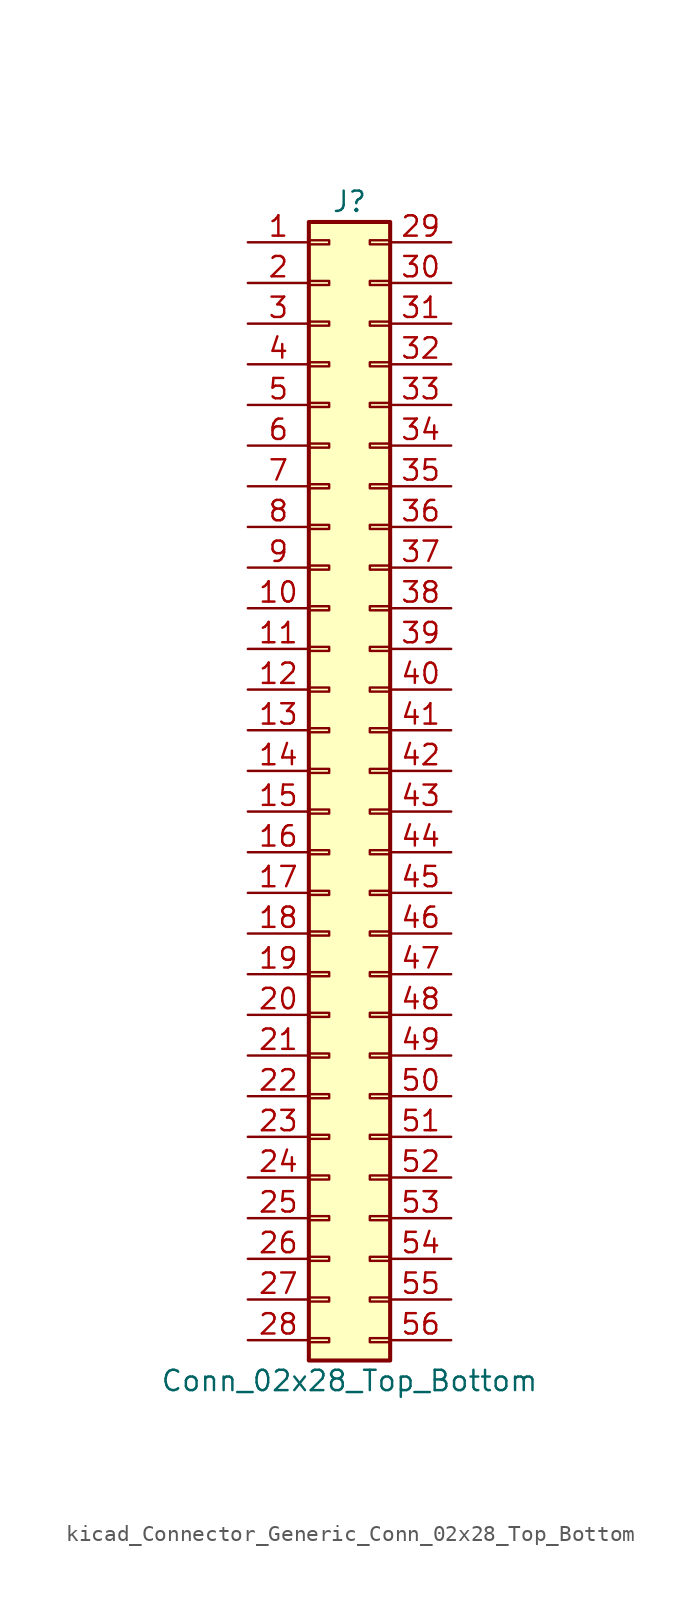
<source format=kicad_sym>
(kicad_symbol_lib
  (version 20220914)
  (generator kicad_symbol_editor)
  (symbol "kicad_Connector_Generic_Conn_02x28_Top_Bottom"
    (pin_names
      (offset 1.016) hide)
    (property "Reference" "J"
      (at 1.27 35.56 0)
      (effects (font (size 1.27 1.27))))
    (property "Value" "Conn_02x28_Top_Bottom"
      (at 1.27 -38.1 0)
      (effects (font (size 1.27 1.27))))
    (symbol "kicad_Connector_Generic_Conn_02x28_Top_Bottom_1_1"
      (rectangle (start -1.27 -35.433) (end 0 -35.687) (stroke (width 0.152) (type default)) (fill (type none)))
      (rectangle (start -1.27 -32.893) (end 0 -33.147) (stroke (width 0.152) (type default)) (fill (type none)))
      (rectangle (start -1.27 -30.353) (end 0 -30.607) (stroke (width 0.152) (type default)) (fill (type none)))
      (rectangle (start -1.27 -27.813) (end 0 -28.067) (stroke (width 0.152) (type default)) (fill (type none)))
      (rectangle (start -1.27 -25.273) (end 0 -25.527) (stroke (width 0.152) (type default)) (fill (type none)))
      (rectangle (start -1.27 -22.733) (end 0 -22.987) (stroke (width 0.152) (type default)) (fill (type none)))
      (rectangle (start -1.27 -20.193) (end 0 -20.447) (stroke (width 0.152) (type default)) (fill (type none)))
      (rectangle (start -1.27 -17.653) (end 0 -17.907) (stroke (width 0.152) (type default)) (fill (type none)))
      (rectangle (start -1.27 -15.113) (end 0 -15.367) (stroke (width 0.152) (type default)) (fill (type none)))
      (rectangle (start -1.27 -12.573) (end 0 -12.827) (stroke (width 0.152) (type default)) (fill (type none)))
      (rectangle (start -1.27 -10.033) (end 0 -10.287) (stroke (width 0.152) (type default)) (fill (type none)))
      (rectangle (start -1.27 -7.493) (end 0 -7.747) (stroke (width 0.152) (type default)) (fill (type none)))
      (rectangle (start -1.27 -4.953) (end 0 -5.207) (stroke (width 0.152) (type default)) (fill (type none)))
      (rectangle (start -1.27 -2.413) (end 0 -2.667) (stroke (width 0.152) (type default)) (fill (type none)))
      (rectangle (start -1.27 0.127) (end 0 -0.127) (stroke (width 0.152) (type default)) (fill (type none)))
      (rectangle (start -1.27 2.667) (end 0 2.413) (stroke (width 0.152) (type default)) (fill (type none)))
      (rectangle (start -1.27 5.207) (end 0 4.953) (stroke (width 0.152) (type default)) (fill (type none)))
      (rectangle (start -1.27 7.747) (end 0 7.493) (stroke (width 0.152) (type default)) (fill (type none)))
      (rectangle (start -1.27 10.287) (end 0 10.033) (stroke (width 0.152) (type default)) (fill (type none)))
      (rectangle (start -1.27 12.827) (end 0 12.573) (stroke (width 0.152) (type default)) (fill (type none)))
      (rectangle (start -1.27 15.367) (end 0 15.113) (stroke (width 0.152) (type default)) (fill (type none)))
      (rectangle (start -1.27 17.907) (end 0 17.653) (stroke (width 0.152) (type default)) (fill (type none)))
      (rectangle (start -1.27 20.447) (end 0 20.193) (stroke (width 0.152) (type default)) (fill (type none)))
      (rectangle (start -1.27 22.987) (end 0 22.733) (stroke (width 0.152) (type default)) (fill (type none)))
      (rectangle (start -1.27 25.527) (end 0 25.273) (stroke (width 0.152) (type default)) (fill (type none)))
      (rectangle (start -1.27 28.067) (end 0 27.813) (stroke (width 0.152) (type default)) (fill (type none)))
      (rectangle (start -1.27 30.607) (end 0 30.353) (stroke (width 0.152) (type default)) (fill (type none)))
      (rectangle (start -1.27 33.147) (end 0 32.893) (stroke (width 0.152) (type default)) (fill (type none)))
      (rectangle (start -1.27 34.29) (end 3.81 -36.83) (stroke (width 0.254) (type default)) (fill (type background)))
      (rectangle (start 3.81 -35.433) (end 2.54 -35.687) (stroke (width 0.152) (type default)) (fill (type none)))
      (rectangle (start 3.81 -32.893) (end 2.54 -33.147) (stroke (width 0.152) (type default)) (fill (type none)))
      (rectangle (start 3.81 -30.353) (end 2.54 -30.607) (stroke (width 0.152) (type default)) (fill (type none)))
      (rectangle (start 3.81 -27.813) (end 2.54 -28.067) (stroke (width 0.152) (type default)) (fill (type none)))
      (rectangle (start 3.81 -25.273) (end 2.54 -25.527) (stroke (width 0.152) (type default)) (fill (type none)))
      (rectangle (start 3.81 -22.733) (end 2.54 -22.987) (stroke (width 0.152) (type default)) (fill (type none)))
      (rectangle (start 3.81 -20.193) (end 2.54 -20.447) (stroke (width 0.152) (type default)) (fill (type none)))
      (rectangle (start 3.81 -17.653) (end 2.54 -17.907) (stroke (width 0.152) (type default)) (fill (type none)))
      (rectangle (start 3.81 -15.113) (end 2.54 -15.367) (stroke (width 0.152) (type default)) (fill (type none)))
      (rectangle (start 3.81 -12.573) (end 2.54 -12.827) (stroke (width 0.152) (type default)) (fill (type none)))
      (rectangle (start 3.81 -10.033) (end 2.54 -10.287) (stroke (width 0.152) (type default)) (fill (type none)))
      (rectangle (start 3.81 -7.493) (end 2.54 -7.747) (stroke (width 0.152) (type default)) (fill (type none)))
      (rectangle (start 3.81 -4.953) (end 2.54 -5.207) (stroke (width 0.152) (type default)) (fill (type none)))
      (rectangle (start 3.81 -2.413) (end 2.54 -2.667) (stroke (width 0.152) (type default)) (fill (type none)))
      (rectangle (start 3.81 0.127) (end 2.54 -0.127) (stroke (width 0.152) (type default)) (fill (type none)))
      (rectangle (start 3.81 2.667) (end 2.54 2.413) (stroke (width 0.152) (type default)) (fill (type none)))
      (rectangle (start 3.81 5.207) (end 2.54 4.953) (stroke (width 0.152) (type default)) (fill (type none)))
      (rectangle (start 3.81 7.747) (end 2.54 7.493) (stroke (width 0.152) (type default)) (fill (type none)))
      (rectangle (start 3.81 10.287) (end 2.54 10.033) (stroke (width 0.152) (type default)) (fill (type none)))
      (rectangle (start 3.81 12.827) (end 2.54 12.573) (stroke (width 0.152) (type default)) (fill (type none)))
      (rectangle (start 3.81 15.367) (end 2.54 15.113) (stroke (width 0.152) (type default)) (fill (type none)))
      (rectangle (start 3.81 17.907) (end 2.54 17.653) (stroke (width 0.152) (type default)) (fill (type none)))
      (rectangle (start 3.81 20.447) (end 2.54 20.193) (stroke (width 0.152) (type default)) (fill (type none)))
      (rectangle (start 3.81 22.987) (end 2.54 22.733) (stroke (width 0.152) (type default)) (fill (type none)))
      (rectangle (start 3.81 25.527) (end 2.54 25.273) (stroke (width 0.152) (type default)) (fill (type none)))
      (rectangle (start 3.81 28.067) (end 2.54 27.813) (stroke (width 0.152) (type default)) (fill (type none)))
      (rectangle (start 3.81 30.607) (end 2.54 30.353) (stroke (width 0.152) (type default)) (fill (type none)))
      (rectangle (start 3.81 33.147) (end 2.54 32.893) (stroke (width 0.152) (type default)) (fill (type none)))
      (pin passive line (at -5.08 33.02 0) (length 3.81) (name "Pin_1" (effects (font (size 1.27 1.27)))) (number "1" (effects (font (size 1.27 1.27)))))
      (pin passive line (at -5.08 10.16 0) (length 3.81) (name "Pin_10" (effects (font (size 1.27 1.27)))) (number "10" (effects (font (size 1.27 1.27)))))
      (pin passive line (at -5.08 7.62 0) (length 3.81) (name "Pin_11" (effects (font (size 1.27 1.27)))) (number "11" (effects (font (size 1.27 1.27)))))
      (pin passive line (at -5.08 5.08 0) (length 3.81) (name "Pin_12" (effects (font (size 1.27 1.27)))) (number "12" (effects (font (size 1.27 1.27)))))
      (pin passive line (at -5.08 2.54 0) (length 3.81) (name "Pin_13" (effects (font (size 1.27 1.27)))) (number "13" (effects (font (size 1.27 1.27)))))
      (pin passive line (at -5.08 0 0) (length 3.81) (name "Pin_14" (effects (font (size 1.27 1.27)))) (number "14" (effects (font (size 1.27 1.27)))))
      (pin passive line (at -5.08 -2.54 0) (length 3.81) (name "Pin_15" (effects (font (size 1.27 1.27)))) (number "15" (effects (font (size 1.27 1.27)))))
      (pin passive line (at -5.08 -5.08 0) (length 3.81) (name "Pin_16" (effects (font (size 1.27 1.27)))) (number "16" (effects (font (size 1.27 1.27)))))
      (pin passive line (at -5.08 -7.62 0) (length 3.81) (name "Pin_17" (effects (font (size 1.27 1.27)))) (number "17" (effects (font (size 1.27 1.27)))))
      (pin passive line (at -5.08 -10.16 0) (length 3.81) (name "Pin_18" (effects (font (size 1.27 1.27)))) (number "18" (effects (font (size 1.27 1.27)))))
      (pin passive line (at -5.08 -12.7 0) (length 3.81) (name "Pin_19" (effects (font (size 1.27 1.27)))) (number "19" (effects (font (size 1.27 1.27)))))
      (pin passive line (at -5.08 30.48 0) (length 3.81) (name "Pin_2" (effects (font (size 1.27 1.27)))) (number "2" (effects (font (size 1.27 1.27)))))
      (pin passive line (at -5.08 -15.24 0) (length 3.81) (name "Pin_20" (effects (font (size 1.27 1.27)))) (number "20" (effects (font (size 1.27 1.27)))))
      (pin passive line (at -5.08 -17.78 0) (length 3.81) (name "Pin_21" (effects (font (size 1.27 1.27)))) (number "21" (effects (font (size 1.27 1.27)))))
      (pin passive line (at -5.08 -20.32 0) (length 3.81) (name "Pin_22" (effects (font (size 1.27 1.27)))) (number "22" (effects (font (size 1.27 1.27)))))
      (pin passive line (at -5.08 -22.86 0) (length 3.81) (name "Pin_23" (effects (font (size 1.27 1.27)))) (number "23" (effects (font (size 1.27 1.27)))))
      (pin passive line (at -5.08 -25.4 0) (length 3.81) (name "Pin_24" (effects (font (size 1.27 1.27)))) (number "24" (effects (font (size 1.27 1.27)))))
      (pin passive line (at -5.08 -27.94 0) (length 3.81) (name "Pin_25" (effects (font (size 1.27 1.27)))) (number "25" (effects (font (size 1.27 1.27)))))
      (pin passive line (at -5.08 -30.48 0) (length 3.81) (name "Pin_26" (effects (font (size 1.27 1.27)))) (number "26" (effects (font (size 1.27 1.27)))))
      (pin passive line (at -5.08 -33.02 0) (length 3.81) (name "Pin_27" (effects (font (size 1.27 1.27)))) (number "27" (effects (font (size 1.27 1.27)))))
      (pin passive line (at -5.08 -35.56 0) (length 3.81) (name "Pin_28" (effects (font (size 1.27 1.27)))) (number "28" (effects (font (size 1.27 1.27)))))
      (pin passive line (at 7.62 33.02 180) (length 3.81) (name "Pin_29" (effects (font (size 1.27 1.27)))) (number "29" (effects (font (size 1.27 1.27)))))
      (pin passive line (at -5.08 27.94 0) (length 3.81) (name "Pin_3" (effects (font (size 1.27 1.27)))) (number "3" (effects (font (size 1.27 1.27)))))
      (pin passive line (at 7.62 30.48 180) (length 3.81) (name "Pin_30" (effects (font (size 1.27 1.27)))) (number "30" (effects (font (size 1.27 1.27)))))
      (pin passive line (at 7.62 27.94 180) (length 3.81) (name "Pin_31" (effects (font (size 1.27 1.27)))) (number "31" (effects (font (size 1.27 1.27)))))
      (pin passive line (at 7.62 25.4 180) (length 3.81) (name "Pin_32" (effects (font (size 1.27 1.27)))) (number "32" (effects (font (size 1.27 1.27)))))
      (pin passive line (at 7.62 22.86 180) (length 3.81) (name "Pin_33" (effects (font (size 1.27 1.27)))) (number "33" (effects (font (size 1.27 1.27)))))
      (pin passive line (at 7.62 20.32 180) (length 3.81) (name "Pin_34" (effects (font (size 1.27 1.27)))) (number "34" (effects (font (size 1.27 1.27)))))
      (pin passive line (at 7.62 17.78 180) (length 3.81) (name "Pin_35" (effects (font (size 1.27 1.27)))) (number "35" (effects (font (size 1.27 1.27)))))
      (pin passive line (at 7.62 15.24 180) (length 3.81) (name "Pin_36" (effects (font (size 1.27 1.27)))) (number "36" (effects (font (size 1.27 1.27)))))
      (pin passive line (at 7.62 12.7 180) (length 3.81) (name "Pin_37" (effects (font (size 1.27 1.27)))) (number "37" (effects (font (size 1.27 1.27)))))
      (pin passive line (at 7.62 10.16 180) (length 3.81) (name "Pin_38" (effects (font (size 1.27 1.27)))) (number "38" (effects (font (size 1.27 1.27)))))
      (pin passive line (at 7.62 7.62 180) (length 3.81) (name "Pin_39" (effects (font (size 1.27 1.27)))) (number "39" (effects (font (size 1.27 1.27)))))
      (pin passive line (at -5.08 25.4 0) (length 3.81) (name "Pin_4" (effects (font (size 1.27 1.27)))) (number "4" (effects (font (size 1.27 1.27)))))
      (pin passive line (at 7.62 5.08 180) (length 3.81) (name "Pin_40" (effects (font (size 1.27 1.27)))) (number "40" (effects (font (size 1.27 1.27)))))
      (pin passive line (at 7.62 2.54 180) (length 3.81) (name "Pin_41" (effects (font (size 1.27 1.27)))) (number "41" (effects (font (size 1.27 1.27)))))
      (pin passive line (at 7.62 0 180) (length 3.81) (name "Pin_42" (effects (font (size 1.27 1.27)))) (number "42" (effects (font (size 1.27 1.27)))))
      (pin passive line (at 7.62 -2.54 180) (length 3.81) (name "Pin_43" (effects (font (size 1.27 1.27)))) (number "43" (effects (font (size 1.27 1.27)))))
      (pin passive line (at 7.62 -5.08 180) (length 3.81) (name "Pin_44" (effects (font (size 1.27 1.27)))) (number "44" (effects (font (size 1.27 1.27)))))
      (pin passive line (at 7.62 -7.62 180) (length 3.81) (name "Pin_45" (effects (font (size 1.27 1.27)))) (number "45" (effects (font (size 1.27 1.27)))))
      (pin passive line (at 7.62 -10.16 180) (length 3.81) (name "Pin_46" (effects (font (size 1.27 1.27)))) (number "46" (effects (font (size 1.27 1.27)))))
      (pin passive line (at 7.62 -12.7 180) (length 3.81) (name "Pin_47" (effects (font (size 1.27 1.27)))) (number "47" (effects (font (size 1.27 1.27)))))
      (pin passive line (at 7.62 -15.24 180) (length 3.81) (name "Pin_48" (effects (font (size 1.27 1.27)))) (number "48" (effects (font (size 1.27 1.27)))))
      (pin passive line (at 7.62 -17.78 180) (length 3.81) (name "Pin_49" (effects (font (size 1.27 1.27)))) (number "49" (effects (font (size 1.27 1.27)))))
      (pin passive line (at -5.08 22.86 0) (length 3.81) (name "Pin_5" (effects (font (size 1.27 1.27)))) (number "5" (effects (font (size 1.27 1.27)))))
      (pin passive line (at 7.62 -20.32 180) (length 3.81) (name "Pin_50" (effects (font (size 1.27 1.27)))) (number "50" (effects (font (size 1.27 1.27)))))
      (pin passive line (at 7.62 -22.86 180) (length 3.81) (name "Pin_51" (effects (font (size 1.27 1.27)))) (number "51" (effects (font (size 1.27 1.27)))))
      (pin passive line (at 7.62 -25.4 180) (length 3.81) (name "Pin_52" (effects (font (size 1.27 1.27)))) (number "52" (effects (font (size 1.27 1.27)))))
      (pin passive line (at 7.62 -27.94 180) (length 3.81) (name "Pin_53" (effects (font (size 1.27 1.27)))) (number "53" (effects (font (size 1.27 1.27)))))
      (pin passive line (at 7.62 -30.48 180) (length 3.81) (name "Pin_54" (effects (font (size 1.27 1.27)))) (number "54" (effects (font (size 1.27 1.27)))))
      (pin passive line (at 7.62 -33.02 180) (length 3.81) (name "Pin_55" (effects (font (size 1.27 1.27)))) (number "55" (effects (font (size 1.27 1.27)))))
      (pin passive line (at 7.62 -35.56 180) (length 3.81) (name "Pin_56" (effects (font (size 1.27 1.27)))) (number "56" (effects (font (size 1.27 1.27)))))
      (pin passive line (at -5.08 20.32 0) (length 3.81) (name "Pin_6" (effects (font (size 1.27 1.27)))) (number "6" (effects (font (size 1.27 1.27)))))
      (pin passive line (at -5.08 17.78 0) (length 3.81) (name "Pin_7" (effects (font (size 1.27 1.27)))) (number "7" (effects (font (size 1.27 1.27)))))
      (pin passive line (at -5.08 15.24 0) (length 3.81) (name "Pin_8" (effects (font (size 1.27 1.27)))) (number "8" (effects (font (size 1.27 1.27)))))
      (pin passive line (at -5.08 12.7 0) (length 3.81) (name "Pin_9" (effects (font (size 1.27 1.27)))) (number "9" (effects (font (size 1.27 1.27))))))))
</source>
